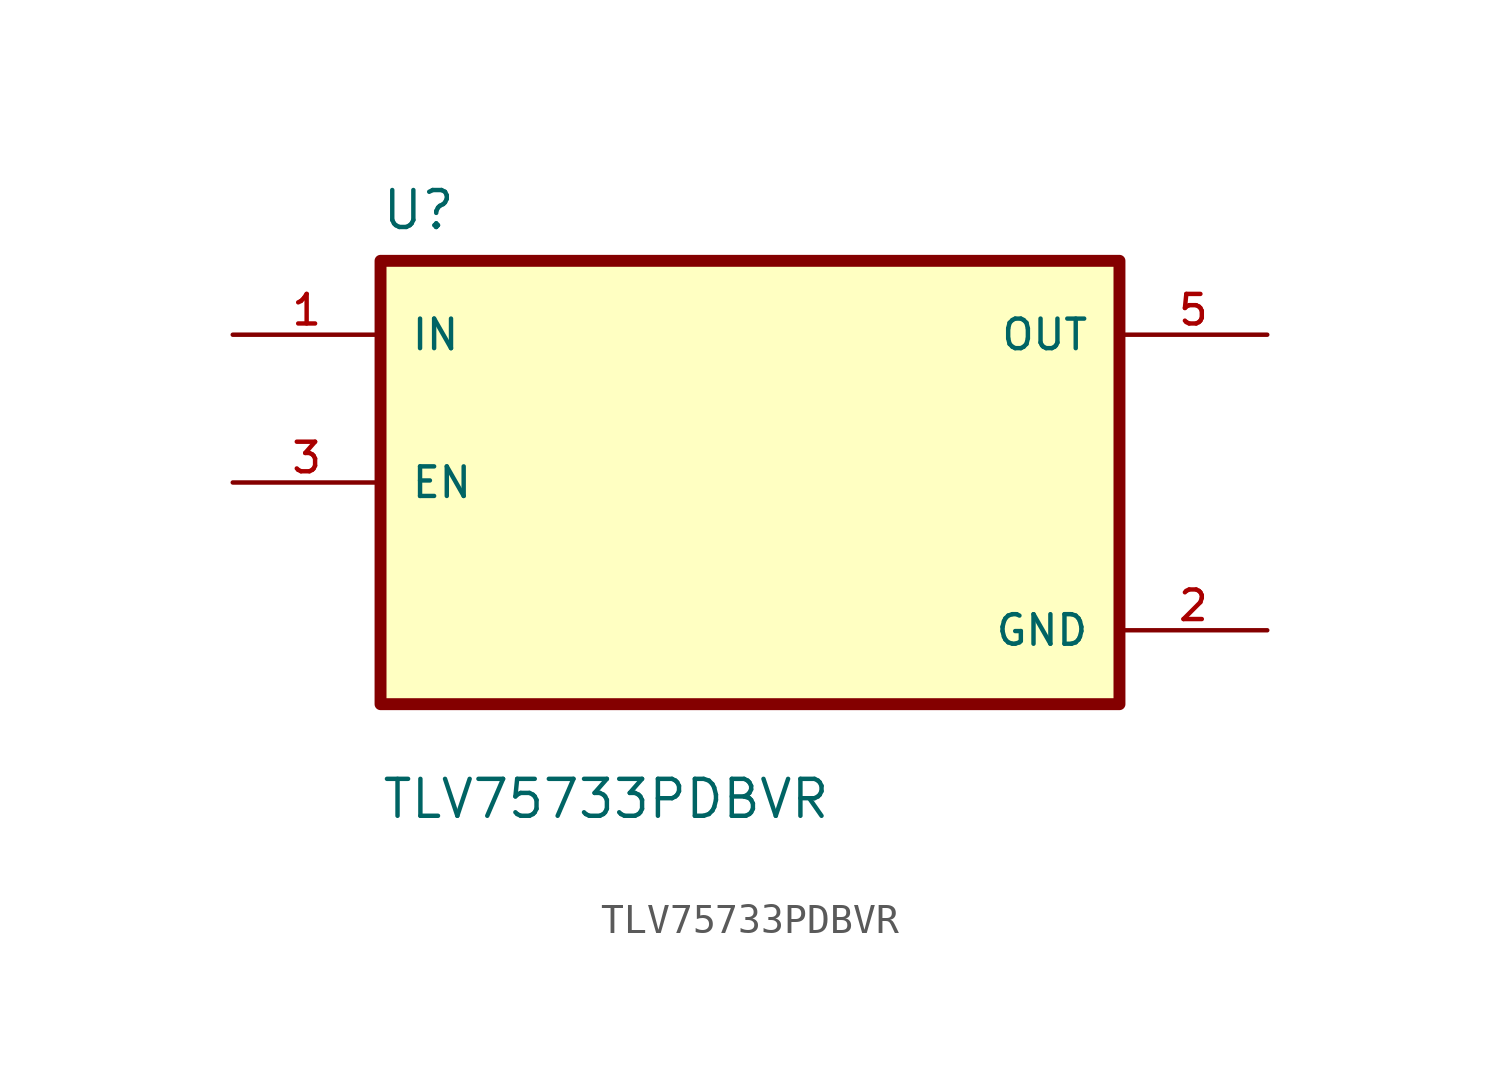
<source format=kicad_sym>
(kicad_symbol_lib
  (version 20211014)
  (generator kicad_symbol_editor)
  (symbol "TLV75733PDBVR"
    (pin_names
      (offset 1.016))
    (property "Reference" "U"
      (at -12.7 8.62 0.0)
      (effects (font (size 1.27 1.27)) (justify bottom left)))
    (property "Value" "TLV75733PDBVR"
      (at -12.7 -11.62 0.0)
      (effects (font (size 1.27 1.27)) (justify bottom left)))
    (symbol "TLV75733PDBVR_0_0"
      (rectangle (start -12.7 -7.62) (end 12.7 7.62) (stroke (width 0.41)) (fill (type background)))
      (pin input line (at -17.78 5.08 0) (length 5.08) (name "IN" (effects (font (size 1.016 1.016)))) (number "1" (effects (font (size 1.016 1.016)))))
      (pin bidirectional line (at -17.78 0.0 0) (length 5.08) (name "EN" (effects (font (size 1.016 1.016)))) (number "3" (effects (font (size 1.016 1.016)))))
      (pin output line (at 17.78 5.08 180.0) (length 5.08) (name "OUT" (effects (font (size 1.016 1.016)))) (number "5" (effects (font (size 1.016 1.016)))))
      (pin power_in line (at 17.78 -5.08 180.0) (length 5.08) (name "GND" (effects (font (size 1.016 1.016)))) (number "2" (effects (font (size 1.016 1.016))))))))
</source>
